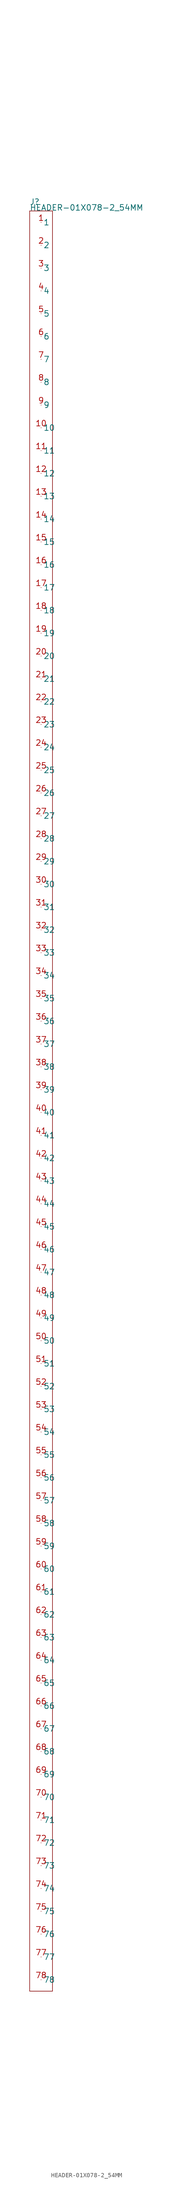
<source format=kicad_sym>
(kicad_symbol_lib
  (version 20211014)
  (generator kicad_symbol_editor)
  (symbol "HEADER-01X078-2_54MM"
    (pin_names)
    (property "Reference" "J"
      (at -2.54 199.39 0)
      (effects (font (size 1.27 1.27)) (justify left bottom)))
    (property "Value" "HEADER-01X078-2_54MM"
      (at -2.54 198.12 0)
      (effects (font (size 1.27 1.27)) (justify left bottom)))
    (property "Datasheet" ""
      (at 0 0 0))
    (property "ki_description" "Header 1x78  - Header Vertical 78POS 2.54MM Technical Specifications: Pitch: 0.1\" (2.54mm) "
      (at 0 0 0))
    (property "ki_fp_filters" "FlashPCB_Connectors:HEADER-THT-01X078-2_54MM FlashPCB_Connectors:HEADER-THT-LONG-01X078-2_54MM FlashPCB_Connectors:HEADER-THT-NOSILK-01X078-2_54MM FlashPCB_Connectors:HEADER-THT-LONG-NOSILK-01X078-2_54MM"
      (at 0 0 0))
    (symbol "HEADER-01X078-2_54MM_1_1"
      (polyline (pts (xy -2.54 198.12) (xy 2.54 198.12)) (stroke (width 0.127)) (fill (type none)))
      (polyline (pts (xy 2.54 198.12) (xy 2.54 -198.12)) (stroke (width 0.127)) (fill (type none)))
      (polyline (pts (xy 2.54 -198.12) (xy -2.54 -198.12)) (stroke (width 0.127)) (fill (type none)))
      (polyline (pts (xy -2.54 -198.12) (xy -2.54 198.12)) (stroke (width 0.127)) (fill (type none)))
      (pin bidirectional line (at 0 195.58 0) (length 0) (name "1" (effects (font (size 1.27 1.27)))) (number "1" (effects (font (size 1.27 1.27)))))
      (pin bidirectional line (at 0 190.5 0) (length 0) (name "2" (effects (font (size 1.27 1.27)))) (number "2" (effects (font (size 1.27 1.27)))))
      (pin bidirectional line (at 0 185.42 0) (length 0) (name "3" (effects (font (size 1.27 1.27)))) (number "3" (effects (font (size 1.27 1.27)))))
      (pin bidirectional line (at 0 180.34 0) (length 0) (name "4" (effects (font (size 1.27 1.27)))) (number "4" (effects (font (size 1.27 1.27)))))
      (pin bidirectional line (at 0 175.26 0) (length 0) (name "5" (effects (font (size 1.27 1.27)))) (number "5" (effects (font (size 1.27 1.27)))))
      (pin bidirectional line (at 0 170.18 0) (length 0) (name "6" (effects (font (size 1.27 1.27)))) (number "6" (effects (font (size 1.27 1.27)))))
      (pin bidirectional line (at 0 165.1 0) (length 0) (name "7" (effects (font (size 1.27 1.27)))) (number "7" (effects (font (size 1.27 1.27)))))
      (pin bidirectional line (at 0 160.02 0) (length 0) (name "8" (effects (font (size 1.27 1.27)))) (number "8" (effects (font (size 1.27 1.27)))))
      (pin bidirectional line (at 0 154.94 0) (length 0) (name "9" (effects (font (size 1.27 1.27)))) (number "9" (effects (font (size 1.27 1.27)))))
      (pin bidirectional line (at 0 149.86 0) (length 0) (name "10" (effects (font (size 1.27 1.27)))) (number "10" (effects (font (size 1.27 1.27)))))
      (pin bidirectional line (at 0 144.78 0) (length 0) (name "11" (effects (font (size 1.27 1.27)))) (number "11" (effects (font (size 1.27 1.27)))))
      (pin bidirectional line (at 0 139.7 0) (length 0) (name "12" (effects (font (size 1.27 1.27)))) (number "12" (effects (font (size 1.27 1.27)))))
      (pin bidirectional line (at 0 134.62 0) (length 0) (name "13" (effects (font (size 1.27 1.27)))) (number "13" (effects (font (size 1.27 1.27)))))
      (pin bidirectional line (at 0 129.54 0) (length 0) (name "14" (effects (font (size 1.27 1.27)))) (number "14" (effects (font (size 1.27 1.27)))))
      (pin bidirectional line (at 0 124.46 0) (length 0) (name "15" (effects (font (size 1.27 1.27)))) (number "15" (effects (font (size 1.27 1.27)))))
      (pin bidirectional line (at 0 119.38 0) (length 0) (name "16" (effects (font (size 1.27 1.27)))) (number "16" (effects (font (size 1.27 1.27)))))
      (pin bidirectional line (at 0 114.3 0) (length 0) (name "17" (effects (font (size 1.27 1.27)))) (number "17" (effects (font (size 1.27 1.27)))))
      (pin bidirectional line (at 0 109.22 0) (length 0) (name "18" (effects (font (size 1.27 1.27)))) (number "18" (effects (font (size 1.27 1.27)))))
      (pin bidirectional line (at 0 104.14 0) (length 0) (name "19" (effects (font (size 1.27 1.27)))) (number "19" (effects (font (size 1.27 1.27)))))
      (pin bidirectional line (at 0 99.06 0) (length 0) (name "20" (effects (font (size 1.27 1.27)))) (number "20" (effects (font (size 1.27 1.27)))))
      (pin bidirectional line (at 0 93.98 0) (length 0) (name "21" (effects (font (size 1.27 1.27)))) (number "21" (effects (font (size 1.27 1.27)))))
      (pin bidirectional line (at 0 88.9 0) (length 0) (name "22" (effects (font (size 1.27 1.27)))) (number "22" (effects (font (size 1.27 1.27)))))
      (pin bidirectional line (at 0 83.82 0) (length 0) (name "23" (effects (font (size 1.27 1.27)))) (number "23" (effects (font (size 1.27 1.27)))))
      (pin bidirectional line (at 0 78.74 0) (length 0) (name "24" (effects (font (size 1.27 1.27)))) (number "24" (effects (font (size 1.27 1.27)))))
      (pin bidirectional line (at 0 73.66 0) (length 0) (name "25" (effects (font (size 1.27 1.27)))) (number "25" (effects (font (size 1.27 1.27)))))
      (pin bidirectional line (at 0 68.58 0) (length 0) (name "26" (effects (font (size 1.27 1.27)))) (number "26" (effects (font (size 1.27 1.27)))))
      (pin bidirectional line (at 0 63.5 0) (length 0) (name "27" (effects (font (size 1.27 1.27)))) (number "27" (effects (font (size 1.27 1.27)))))
      (pin bidirectional line (at 0 58.42 0) (length 0) (name "28" (effects (font (size 1.27 1.27)))) (number "28" (effects (font (size 1.27 1.27)))))
      (pin bidirectional line (at 0 53.34 0) (length 0) (name "29" (effects (font (size 1.27 1.27)))) (number "29" (effects (font (size 1.27 1.27)))))
      (pin bidirectional line (at 0 48.26 0) (length 0) (name "30" (effects (font (size 1.27 1.27)))) (number "30" (effects (font (size 1.27 1.27)))))
      (pin bidirectional line (at 0 43.18 0) (length 0) (name "31" (effects (font (size 1.27 1.27)))) (number "31" (effects (font (size 1.27 1.27)))))
      (pin bidirectional line (at 0 38.1 0) (length 0) (name "32" (effects (font (size 1.27 1.27)))) (number "32" (effects (font (size 1.27 1.27)))))
      (pin bidirectional line (at 0 33.02 0) (length 0) (name "33" (effects (font (size 1.27 1.27)))) (number "33" (effects (font (size 1.27 1.27)))))
      (pin bidirectional line (at 0 27.94 0) (length 0) (name "34" (effects (font (size 1.27 1.27)))) (number "34" (effects (font (size 1.27 1.27)))))
      (pin bidirectional line (at 0 22.86 0) (length 0) (name "35" (effects (font (size 1.27 1.27)))) (number "35" (effects (font (size 1.27 1.27)))))
      (pin bidirectional line (at 0 17.78 0) (length 0) (name "36" (effects (font (size 1.27 1.27)))) (number "36" (effects (font (size 1.27 1.27)))))
      (pin bidirectional line (at 0 12.7 0) (length 0) (name "37" (effects (font (size 1.27 1.27)))) (number "37" (effects (font (size 1.27 1.27)))))
      (pin bidirectional line (at 0 7.62 0) (length 0) (name "38" (effects (font (size 1.27 1.27)))) (number "38" (effects (font (size 1.27 1.27)))))
      (pin bidirectional line (at 0 2.54 0) (length 0) (name "39" (effects (font (size 1.27 1.27)))) (number "39" (effects (font (size 1.27 1.27)))))
      (pin bidirectional line (at 0 -2.54 0) (length 0) (name "40" (effects (font (size 1.27 1.27)))) (number "40" (effects (font (size 1.27 1.27)))))
      (pin bidirectional line (at 0 -7.62 0) (length 0) (name "41" (effects (font (size 1.27 1.27)))) (number "41" (effects (font (size 1.27 1.27)))))
      (pin bidirectional line (at 0 -12.7 0) (length 0) (name "42" (effects (font (size 1.27 1.27)))) (number "42" (effects (font (size 1.27 1.27)))))
      (pin bidirectional line (at 0 -17.78 0) (length 0) (name "43" (effects (font (size 1.27 1.27)))) (number "43" (effects (font (size 1.27 1.27)))))
      (pin bidirectional line (at 0 -22.86 0) (length 0) (name "44" (effects (font (size 1.27 1.27)))) (number "44" (effects (font (size 1.27 1.27)))))
      (pin bidirectional line (at 0 -27.94 0) (length 0) (name "45" (effects (font (size 1.27 1.27)))) (number "45" (effects (font (size 1.27 1.27)))))
      (pin bidirectional line (at 0 -33.02 0) (length 0) (name "46" (effects (font (size 1.27 1.27)))) (number "46" (effects (font (size 1.27 1.27)))))
      (pin bidirectional line (at 0 -38.1 0) (length 0) (name "47" (effects (font (size 1.27 1.27)))) (number "47" (effects (font (size 1.27 1.27)))))
      (pin bidirectional line (at 0 -43.18 0) (length 0) (name "48" (effects (font (size 1.27 1.27)))) (number "48" (effects (font (size 1.27 1.27)))))
      (pin bidirectional line (at 0 -48.26 0) (length 0) (name "49" (effects (font (size 1.27 1.27)))) (number "49" (effects (font (size 1.27 1.27)))))
      (pin bidirectional line (at 0 -53.34 0) (length 0) (name "50" (effects (font (size 1.27 1.27)))) (number "50" (effects (font (size 1.27 1.27)))))
      (pin bidirectional line (at 0 -58.42 0) (length 0) (name "51" (effects (font (size 1.27 1.27)))) (number "51" (effects (font (size 1.27 1.27)))))
      (pin bidirectional line (at 0 -63.5 0) (length 0) (name "52" (effects (font (size 1.27 1.27)))) (number "52" (effects (font (size 1.27 1.27)))))
      (pin bidirectional line (at 0 -68.58 0) (length 0) (name "53" (effects (font (size 1.27 1.27)))) (number "53" (effects (font (size 1.27 1.27)))))
      (pin bidirectional line (at 0 -73.66 0) (length 0) (name "54" (effects (font (size 1.27 1.27)))) (number "54" (effects (font (size 1.27 1.27)))))
      (pin bidirectional line (at 0 -78.74 0) (length 0) (name "55" (effects (font (size 1.27 1.27)))) (number "55" (effects (font (size 1.27 1.27)))))
      (pin bidirectional line (at 0 -83.82 0) (length 0) (name "56" (effects (font (size 1.27 1.27)))) (number "56" (effects (font (size 1.27 1.27)))))
      (pin bidirectional line (at 0 -88.9 0) (length 0) (name "57" (effects (font (size 1.27 1.27)))) (number "57" (effects (font (size 1.27 1.27)))))
      (pin bidirectional line (at 0 -93.98 0) (length 0) (name "58" (effects (font (size 1.27 1.27)))) (number "58" (effects (font (size 1.27 1.27)))))
      (pin bidirectional line (at 0 -99.06 0) (length 0) (name "59" (effects (font (size 1.27 1.27)))) (number "59" (effects (font (size 1.27 1.27)))))
      (pin bidirectional line (at 0 -104.14 0) (length 0) (name "60" (effects (font (size 1.27 1.27)))) (number "60" (effects (font (size 1.27 1.27)))))
      (pin bidirectional line (at 0 -109.22 0) (length 0) (name "61" (effects (font (size 1.27 1.27)))) (number "61" (effects (font (size 1.27 1.27)))))
      (pin bidirectional line (at 0 -114.3 0) (length 0) (name "62" (effects (font (size 1.27 1.27)))) (number "62" (effects (font (size 1.27 1.27)))))
      (pin bidirectional line (at 0 -119.38 0) (length 0) (name "63" (effects (font (size 1.27 1.27)))) (number "63" (effects (font (size 1.27 1.27)))))
      (pin bidirectional line (at 0 -124.46 0) (length 0) (name "64" (effects (font (size 1.27 1.27)))) (number "64" (effects (font (size 1.27 1.27)))))
      (pin bidirectional line (at 0 -129.54 0) (length 0) (name "65" (effects (font (size 1.27 1.27)))) (number "65" (effects (font (size 1.27 1.27)))))
      (pin bidirectional line (at 0 -134.62 0) (length 0) (name "66" (effects (font (size 1.27 1.27)))) (number "66" (effects (font (size 1.27 1.27)))))
      (pin bidirectional line (at 0 -139.7 0) (length 0) (name "67" (effects (font (size 1.27 1.27)))) (number "67" (effects (font (size 1.27 1.27)))))
      (pin bidirectional line (at 0 -144.78 0) (length 0) (name "68" (effects (font (size 1.27 1.27)))) (number "68" (effects (font (size 1.27 1.27)))))
      (pin bidirectional line (at 0 -149.86 0) (length 0) (name "69" (effects (font (size 1.27 1.27)))) (number "69" (effects (font (size 1.27 1.27)))))
      (pin bidirectional line (at 0 -154.94 0) (length 0) (name "70" (effects (font (size 1.27 1.27)))) (number "70" (effects (font (size 1.27 1.27)))))
      (pin bidirectional line (at 0 -160.02 0) (length 0) (name "71" (effects (font (size 1.27 1.27)))) (number "71" (effects (font (size 1.27 1.27)))))
      (pin bidirectional line (at 0 -165.1 0) (length 0) (name "72" (effects (font (size 1.27 1.27)))) (number "72" (effects (font (size 1.27 1.27)))))
      (pin bidirectional line (at 0 -170.18 0) (length 0) (name "73" (effects (font (size 1.27 1.27)))) (number "73" (effects (font (size 1.27 1.27)))))
      (pin bidirectional line (at 0 -175.26 0) (length 0) (name "74" (effects (font (size 1.27 1.27)))) (number "74" (effects (font (size 1.27 1.27)))))
      (pin bidirectional line (at 0 -180.34 0) (length 0) (name "75" (effects (font (size 1.27 1.27)))) (number "75" (effects (font (size 1.27 1.27)))))
      (pin bidirectional line (at 0 -185.42 0) (length 0) (name "76" (effects (font (size 1.27 1.27)))) (number "76" (effects (font (size 1.27 1.27)))))
      (pin bidirectional line (at 0 -190.5 0) (length 0) (name "77" (effects (font (size 1.27 1.27)))) (number "77" (effects (font (size 1.27 1.27)))))
      (pin bidirectional line (at 0 -195.58 0) (length 0) (name "78" (effects (font (size 1.27 1.27)))) (number "78" (effects (font (size 1.27 1.27))))))))
</source>
